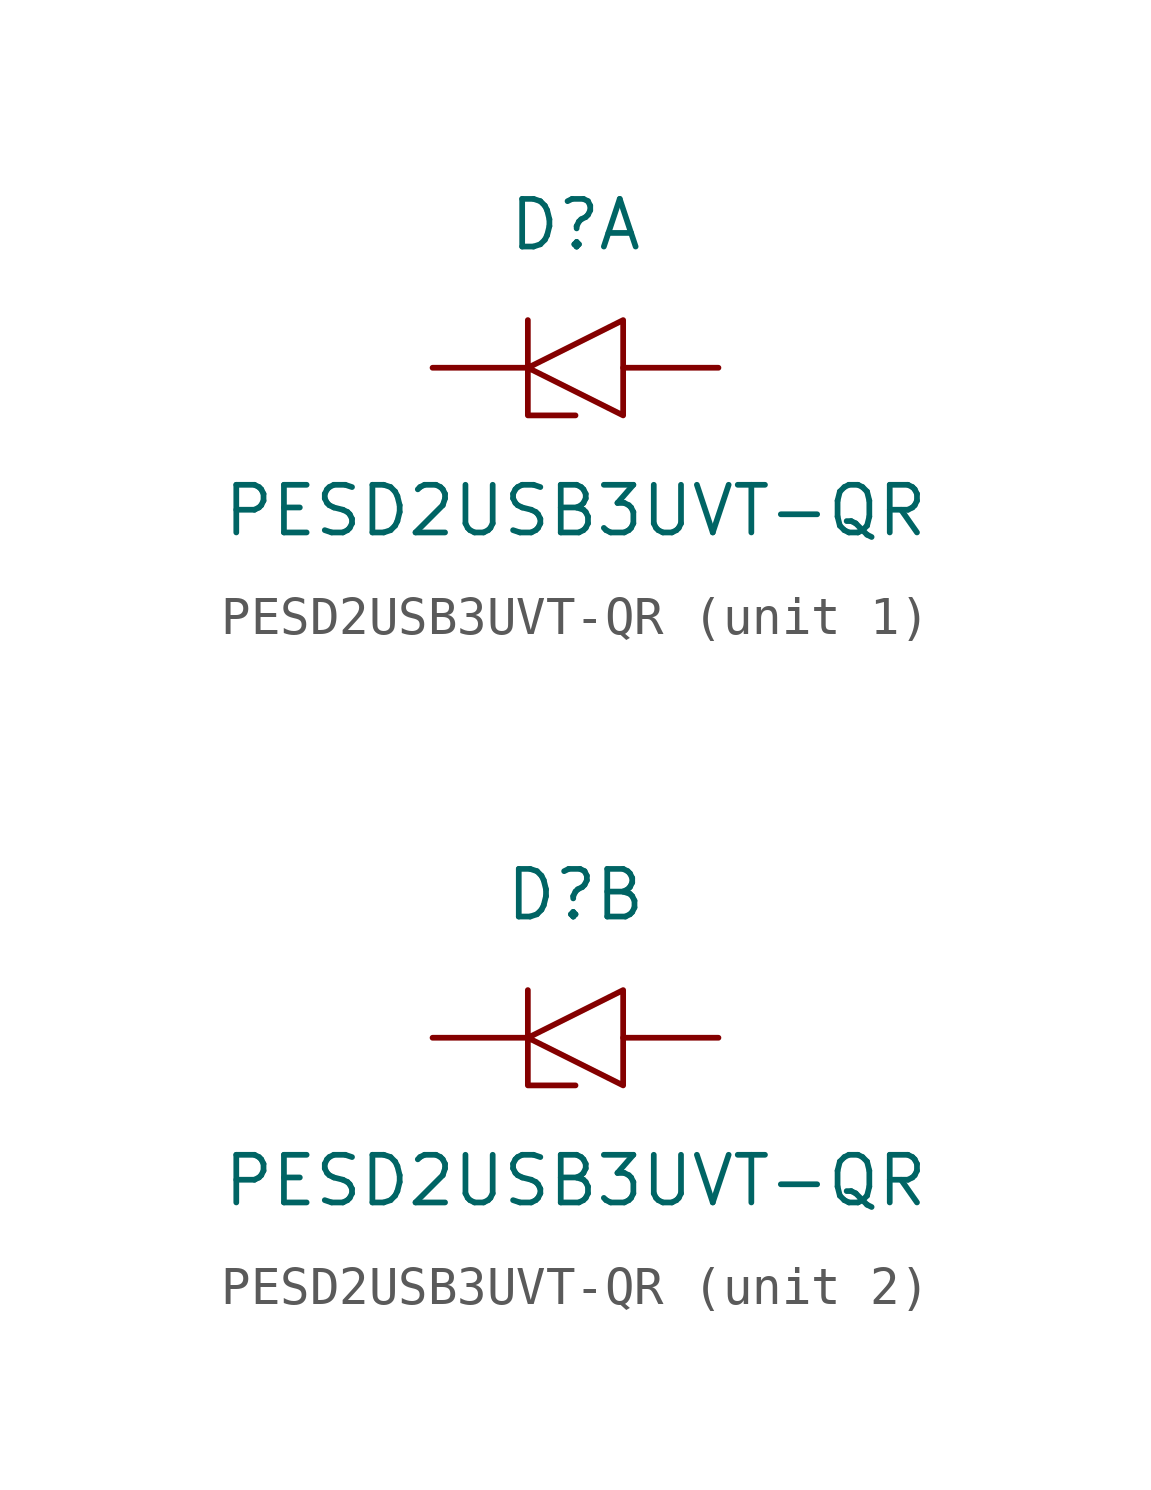
<source format=kicad_sym>
(kicad_symbol_lib
  (version 20220914)
  (generator kicad_symbol_editor)
  (symbol "PESD2USB3UVT-QR"
    (pin_numbers hide)
    (pin_names hide)
    (property "Reference" "D"
      (at 0 3.81 0)
      (effects (font (size 1.27 1.27))))
    (property "Value" "PESD2USB3UVT-QR"
      (at 0 -3.81 0)
      (effects (font (size 1.27 1.27))))
    (symbol "PESD2USB3UVT-QR_0_1"
      (polyline (pts (xy -1.27 0) (xy 1.27 1.27) (xy 1.27 -1.27) (xy -1.27 0) (xy -1.27 1.27) (xy -1.27 -1.27) (xy 0 -1.27)) (stroke (width 0) (type default)) (fill (type none)))
      (pin passive line (at 3.81 0 180) (length 2.54) (name "" (effects (font (size 1.27 1.27)))) (number "3" (effects (font (size 1.27 1.27))))))
    (symbol "PESD2USB3UVT-QR_1_1"
      (pin passive line (at -3.81 0 0) (length 2.54) (name "" (effects (font (size 1.27 1.27)))) (number "1" (effects (font (size 1.27 1.27))))))
    (symbol "PESD2USB3UVT-QR_2_1"
      (pin passive line (at -3.81 0 0) (length 2.54) (name "" (effects (font (size 1.27 1.27)))) (number "2" (effects (font (size 1.27 1.27))))))))
</source>
